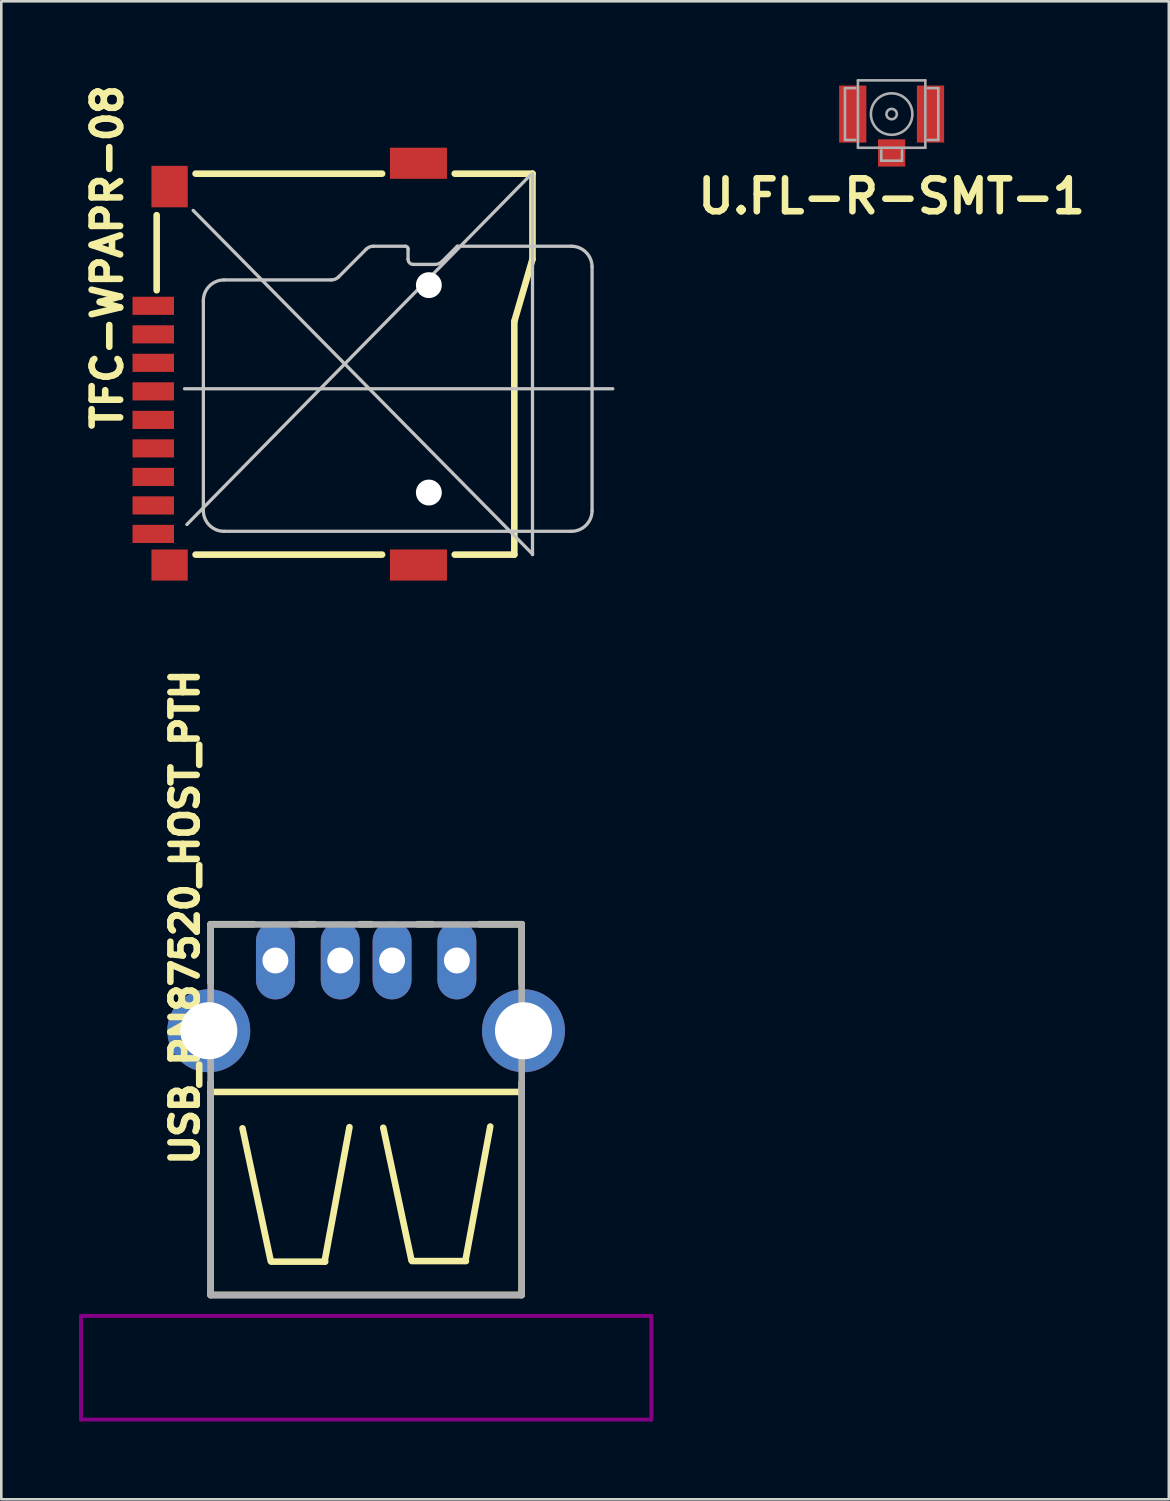
<source format=kicad_pcb>
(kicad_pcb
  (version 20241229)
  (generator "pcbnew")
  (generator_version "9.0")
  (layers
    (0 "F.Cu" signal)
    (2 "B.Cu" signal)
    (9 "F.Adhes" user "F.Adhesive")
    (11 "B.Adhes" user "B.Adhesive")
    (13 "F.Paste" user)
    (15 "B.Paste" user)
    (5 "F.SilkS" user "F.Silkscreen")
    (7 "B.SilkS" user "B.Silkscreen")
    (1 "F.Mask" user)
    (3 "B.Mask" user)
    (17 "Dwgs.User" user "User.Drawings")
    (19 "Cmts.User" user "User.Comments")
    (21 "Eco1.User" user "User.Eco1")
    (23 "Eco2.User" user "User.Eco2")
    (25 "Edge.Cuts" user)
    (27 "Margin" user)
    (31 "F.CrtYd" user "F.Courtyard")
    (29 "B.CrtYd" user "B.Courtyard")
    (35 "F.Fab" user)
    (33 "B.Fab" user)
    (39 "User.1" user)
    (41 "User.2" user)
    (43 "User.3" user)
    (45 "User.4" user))
  (footprint "TFC-WPAPR-08"
    (layer "F.Cu")
    (at 9.862 10.998)
    (property "Reference" "TFC-WPAPR-08" (at -8.773 -4.128 90) (layer "F.SilkS") (effects (font (size 1.1 1.1) (thickness 0.254))))
    (attr smd)
    (fp_line (start -6.868 -2.85) (end -6.868 -5.748) (stroke (width 0.254) (type solid)) (layer "F.SilkS"))
    (fp_line (start -5.367 -7.348) (end 1.829 -7.348) (stroke (width 0.254) (type solid)) (layer "F.SilkS"))
    (fp_line (start -5.367 7.348) (end 1.829 7.348) (stroke (width 0.254) (type solid)) (layer "F.SilkS"))
    (fp_line (start 4.63 -7.348) (end 7.63 -7.348) (stroke (width 0.254) (type solid)) (layer "F.SilkS"))
    (fp_line (start 4.63 7.348) (end 6.929 7.348) (stroke (width 0.254) (type solid)) (layer "F.SilkS"))
    (fp_line (start 6.929 -1.648) (end 6.929 7.348) (stroke (width 0.254) (type solid)) (layer "F.SilkS"))
    (fp_line (start 7.63 -7.348) (end 7.63 -4.049) (stroke (width 0.254) (type solid)) (layer "F.SilkS"))
    (fp_line (start 7.63 -4.049) (end 6.929 -1.648) (stroke (width 0.254) (type solid)) (layer "F.SilkS"))
    (fp_line (start -5.794 0.95) (end 10.729 0.95) (stroke (width 0.127) (type solid)) (layer "Dwgs.User"))
    (fp_line (start -5.702 6.185) (end 7.544 -7.29) (stroke (width 0.127) (type solid)) (layer "Dwgs.User"))
    (fp_line (start -5.461 -5.931) (end 7.633 7.328) (stroke (width 0.127) (type solid)) (layer "Dwgs.User"))
    (fp_line (start -5.067 5.649) (end -5.067 -2.449) (stroke (width 0.127) (type solid)) (layer "Dwgs.User"))
    (fp_line (start -4.267 -3.249) (end -0.135 -3.249) (stroke (width 0.127) (type solid)) (layer "Dwgs.User"))
    (fp_line (start 0.15 -3.365) (end 1.212 -4.432) (stroke (width 0.127) (type solid)) (layer "Dwgs.User"))
    (fp_line (start 1.496 -4.549) (end 2.731 -4.549) (stroke (width 0.127) (type solid)) (layer "Dwgs.User"))
    (fp_line (start 2.83 -4.448) (end 2.83 -4.049) (stroke (width 0.127) (type solid)) (layer "Dwgs.User"))
    (fp_line (start 3.03 -3.848) (end 3.863 -3.848) (stroke (width 0.127) (type solid)) (layer "Dwgs.User"))
    (fp_line (start 4.148 -3.965) (end 4.729 -4.549) (stroke (width 0.127) (type solid)) (layer "Dwgs.User"))
    (fp_line (start 4.729 -4.549) (end 9.129 -4.549) (stroke (width 0.127) (type solid)) (layer "Dwgs.User"))
    (fp_line (start 7.63 -7.348) (end 7.63 7.348) (stroke (width 0.127) (type solid)) (layer "Dwgs.User"))
    (fp_line (start 9.129 6.449) (end -4.267 6.449) (stroke (width 0.127) (type solid)) (layer "Dwgs.User"))
    (fp_line (start 9.929 -3.749) (end 9.929 5.649) (stroke (width 0.127) (type solid)) (layer "Dwgs.User"))
    (fp_arc (start -5.0673 -2.44856) (mid -4.832956 -3.014316) (end -4.2672 -3.24866) (stroke (width 0.127) (type solid)) (layer "Dwgs.User"))
    (fp_arc (start -4.2672 6.44906) (mid -4.832956 6.214716) (end -5.0673 5.64896) (stroke (width 0.127) (type solid)) (layer "Dwgs.User"))
    (fp_arc (start 0.14986 -3.3655) (mid 0.020505 -3.279068) (end -0.13208 -3.248717) (stroke (width 0.127) (type solid)) (layer "Dwgs.User"))
    (fp_arc (start 1.21158 -4.4323) (mid 1.341776 -4.519377) (end 1.495358 -4.550135) (stroke (width 0.127) (type solid)) (layer "Dwgs.User"))
    (fp_arc (start 2.7305 -4.54914) (mid 2.802342 -4.519382) (end 2.8321 -4.44754) (stroke (width 0.127) (type solid)) (layer "Dwgs.User"))
    (fp_arc (start 3.03022 -3.8481) (mid 2.888332 -3.906872) (end 2.82956 -4.04876) (stroke (width 0.127) (type solid)) (layer "Dwgs.User"))
    (fp_arc (start 4.14782 -3.96494) (mid 4.017299 -3.877729) (end 3.86334 -3.847105) (stroke (width 0.127) (type solid)) (layer "Dwgs.User"))
    (fp_arc (start 9.12876 -4.54914) (mid 9.694516 -4.314796) (end 9.92886 -3.74904) (stroke (width 0.127) (type solid)) (layer "Dwgs.User"))
    (fp_arc (start 9.92886 5.64896) (mid 9.694516 6.214716) (end 9.12876 6.44906) (stroke (width 0.127) (type solid)) (layer "Dwgs.User"))
    (pad "" smd rect (at -7.25 -2.25 270) (size 0.7 1.1) (layers "F.Mask" "F.Paste"))
    (pad "" smd rect (at -7.25 -1.15 270) (size 0.7 1.1) (layers "F.Mask" "F.Paste"))
    (pad "" smd rect (at -7.25 -0.05 270) (size 0.7 1.1) (layers "F.Mask" "F.Paste"))
    (pad "" smd rect (at -7.25 1.05 270) (size 0.7 1.1) (layers "F.Mask" "F.Paste"))
    (pad "" smd rect (at -7.25 2.15 270) (size 0.7 1.1) (layers "F.Mask" "F.Paste"))
    (pad "" smd rect (at -7.25 3.25 270) (size 0.7 1.1) (layers "F.Mask" "F.Paste"))
    (pad "" smd rect (at -7.25 4.35 270) (size 0.7 1.1) (layers "F.Mask" "F.Paste"))
    (pad "" smd rect (at -7.25 5.45 270) (size 0.7 1.1) (layers "F.Mask" "F.Paste"))
    (pad "" smd rect (at -7.25 6.55 270) (size 0.7 1.1) (layers "F.Mask" "F.Paste"))
    (pad "" smd rect (at -6.37 -6.95 270) (size 1.8 1.8) (layers "F.Paste"))
    (pad "" smd rect (at -6.37 7.85 270) (size 1.4 1.8) (layers "F.Paste"))
    (pad "" smd rect (at 3.23 -7.85 270) (size 1.4 2.6) (layers "F.Paste"))
    (pad "" smd rect (at 3.23 7.85 270) (size 1.4 2.6) (layers "F.Paste"))
    (pad "" np_thru_hole circle (at 3.632 -3.048) (size 1 1) (drill 1) (layers "*.Cu" "*.Mask"))
    (pad "" np_thru_hole circle (at 3.632 4.953) (size 1 1) (drill 1) (layers "*.Cu" "*.Mask"))
    (pad "1" smd rect (at -7 -2.25 270) (size 0.7 1.6) (layers "F.Cu"))
    (pad "2" smd rect (at -7 -1.15 270) (size 0.7 1.6) (layers "F.Cu"))
    (pad "3" smd rect (at -7 -0.05 270) (size 0.7 1.6) (layers "F.Cu"))
    (pad "4" smd rect (at -7 1.05 270) (size 0.7 1.6) (layers "F.Cu"))
    (pad "5" smd rect (at -7 2.15 270) (size 0.7 1.6) (layers "F.Cu"))
    (pad "6" smd rect (at -7 3.25 270) (size 0.7 1.6) (layers "F.Cu"))
    (pad "7" smd rect (at -7 4.35 270) (size 0.7 1.6) (layers "F.Cu"))
    (pad "8" smd rect (at -7 5.45 270) (size 0.7 1.6) (layers "F.Cu"))
    (pad "9" smd rect (at -7 6.55 270) (size 0.7 1.6) (layers "F.Cu"))
    (pad "10" smd rect (at -6.37 7.75 270) (size 1.2 1.4) (layers "F.Cu" "F.Mask"))
    (pad "11" smd rect (at -6.37 -6.85 270) (size 1.6 1.4) (layers "F.Cu" "F.Mask"))
    (pad "12" smd rect (at 3.23 7.75 270) (size 1.2 2.2) (layers "F.Cu" "F.Mask"))
    (pad "13" smd rect (at 3.23 -7.75 270) (size 1.2 2.2) (layers "F.Cu" "F.Mask")))
  (footprint "U.FL-R-SMT-1"
    (layer "F.Cu")
    (at 31.347 1.35)
    (property "Reference" "U.FL-R-SMT-1" (at 0 3.175 0) (layer "F.SilkS") (effects (font (size 1.27 1.27) (thickness 0.254))))
    (attr smd)
    (fp_line (start -1.8 -1) (end -1.4 -1) (stroke (width 0.1) (type solid)) (layer "F.Fab"))
    (fp_line (start -1.8 1) (end -1.8 -1) (stroke (width 0.1) (type solid)) (layer "F.Fab"))
    (fp_line (start -1.4 1) (end -1.8 1) (stroke (width 0.1) (type solid)) (layer "F.Fab"))
    (fp_line (start -1.3 -1.3) (end 1.3 -1.3) (stroke (width 0.1) (type solid)) (layer "F.Fab"))
    (fp_line (start -1.3 1.3) (end -1.3 -1.3) (stroke (width 0.1) (type solid)) (layer "F.Fab"))
    (fp_line (start -0.4 1.4) (end -0.4 1.8) (stroke (width 0.1) (type solid)) (layer "F.Fab"))
    (fp_line (start -0.4 1.8) (end 0.4 1.8) (stroke (width 0.1) (type solid)) (layer "F.Fab"))
    (fp_line (start 0.4 1.8) (end 0.4 1.4) (stroke (width 0.1) (type solid)) (layer "F.Fab"))
    (fp_line (start 1.3 -1.3) (end 1.3 1.3) (stroke (width 0.1) (type solid)) (layer "F.Fab"))
    (fp_line (start 1.3 1.3) (end -1.3 1.3) (stroke (width 0.1) (type solid)) (layer "F.Fab"))
    (fp_line (start 1.4 -1) (end 1.8 -1) (stroke (width 0.1) (type solid)) (layer "F.Fab"))
    (fp_line (start 1.8 -1) (end 1.8 1) (stroke (width 0.1) (type solid)) (layer "F.Fab"))
    (fp_line (start 1.8 1) (end 1.4 1) (stroke (width 0.1) (type solid)) (layer "F.Fab"))
    (fp_circle (center 0 0) (end 0.2 0) (stroke (width 0.1) (type solid)) (fill no) (layer "F.Fab"))
    (fp_circle (center 0 0) (end 0.8 0) (stroke (width 0.1) (type solid)) (fill no) (layer "F.Fab"))
    (pad "1" smd rect (at 0 1.5) (size 1.05 1.05) (layers "F.Cu" "F.Mask" "F.Paste"))
    (pad "2" smd rect (at -1.5 0) (size 1.05 2.2) (layers "F.Cu" "F.Mask" "F.Paste"))
    (pad "2" smd rect (at 1.5 0) (size 1.05 2.2) (layers "F.Cu" "F.Mask" "F.Paste")))
  (footprint "USB_PN87520_HOST_PTH"
    (layer "F.Cu")
    (at 11.075 36.714)
    (property "Reference" "USB_PN87520_HOST_PTH" (at -6.993 -4.379 90) (layer "F.SilkS") (effects (font (size 1.016 1.016) (thickness 0.254))))
    (attr through_hole)
    (fp_line (start -6 -4.11) (end -6 -1.854) (stroke (width 0.254) (type solid)) (layer "F.SilkS"))
    (fp_line (start -6 -4.11) (end -4.343 -4.11) (stroke (width 0.254) (type solid)) (layer "F.SilkS"))
    (fp_line (start -6 2) (end -6 10.19) (stroke (width 0.254) (type solid)) (layer "F.SilkS"))
    (fp_line (start -6 2.36) (end 6 2.36) (stroke (width 0.254) (type solid)) (layer "F.SilkS"))
    (fp_line (start -4.77 3.764) (end -3.683 8.877) (stroke (width 0.254) (type solid)) (layer "F.SilkS"))
    (fp_line (start -2.553 -4.11) (end -1.981 -4.11) (stroke (width 0.254) (type solid)) (layer "F.SilkS"))
    (fp_line (start -1.603 8.9) (end -0.643 3.719) (stroke (width 0.254) (type solid)) (layer "F.SilkS"))
    (fp_line (start -1.58 8.908) (end -3.66 8.908) (stroke (width 0.254) (type solid)) (layer "F.SilkS"))
    (fp_line (start -0.241 -4.11) (end 0.203 -4.11) (stroke (width 0.254) (type solid)) (layer "F.SilkS"))
    (fp_line (start 0.66 3.741) (end 1.748 8.854) (stroke (width 0.254) (type solid)) (layer "F.SilkS"))
    (fp_line (start 1.981 -4.11) (end 2.553 -4.11) (stroke (width 0.254) (type solid)) (layer "F.SilkS"))
    (fp_line (start 3.828 8.877) (end 4.788 3.696) (stroke (width 0.254) (type solid)) (layer "F.SilkS"))
    (fp_line (start 3.851 8.885) (end 1.77 8.885) (stroke (width 0.254) (type solid)) (layer "F.SilkS"))
    (fp_line (start 4.369 -4.11) (end 6 -4.11) (stroke (width 0.254) (type solid)) (layer "F.SilkS"))
    (fp_line (start 6 -4.11) (end 6 -1.816) (stroke (width 0.254) (type solid)) (layer "F.SilkS"))
    (fp_line (start 6 2) (end 6 10.19) (stroke (width 0.254) (type solid)) (layer "F.SilkS"))
    (fp_line (start 6 10.19) (end -6 10.19) (stroke (width 0.254) (type solid)) (layer "F.SilkS"))
    (fp_line (start -11 11) (end 11 11) (stroke (width 0.15) (type solid)) (layer "F.Adhes"))
    (fp_line (start -11 15) (end -11 11) (stroke (width 0.15) (type solid)) (layer "F.Adhes"))
    (fp_line (start 11 11) (end 11 15) (stroke (width 0.15) (type solid)) (layer "F.Adhes"))
    (fp_line (start 11 15) (end -11 15) (stroke (width 0.15) (type solid)) (layer "F.Adhes"))
    (fp_line (start -6 -4.1) (end 6 -4.1) (stroke (width 0.254) (type solid)) (layer "F.Fab"))
    (fp_line (start -6 10.2) (end -6 -4.1) (stroke (width 0.254) (type solid)) (layer "F.Fab"))
    (fp_line (start -6 10.2) (end 6 10.2) (stroke (width 0.254) (type solid)) (layer "F.Fab"))
    (fp_line (start 6 -4.1) (end 6 10.2) (stroke (width 0.254) (type solid)) (layer "F.Fab"))
    (pad "1" thru_hole oval (at -3.5 -2.71) (size 1.5 3) (drill 1) (layers "*.Cu" "*.Mask"))
    (pad "2" thru_hole oval (at -1 -2.71) (size 1.5 3) (drill 1) (layers "*.Cu" "*.Mask"))
    (pad "3" thru_hole oval (at 1 -2.71) (size 1.5 3) (drill 1) (layers "*.Cu" "*.Mask"))
    (pad "4" thru_hole oval (at 3.5 -2.71) (size 1.5 3) (drill 1) (layers "*.Cu" "*.Mask"))
    (pad "5" thru_hole circle (at -6.07 0) (size 3.2 3.2) (drill 2.2) (layers "*.Cu" "*.Mask"))
    (pad "5" thru_hole circle (at 6.07 0) (size 3.2 3.2) (drill 2.2) (layers "*.Cu" "*.Mask")))
  (gr_rect
    (start -3 -3)
    (end 42.04 54.789)
    (stroke (width 0.1) (type default))
    (fill no)
    (layer "Edge.Cuts")))
</source>
